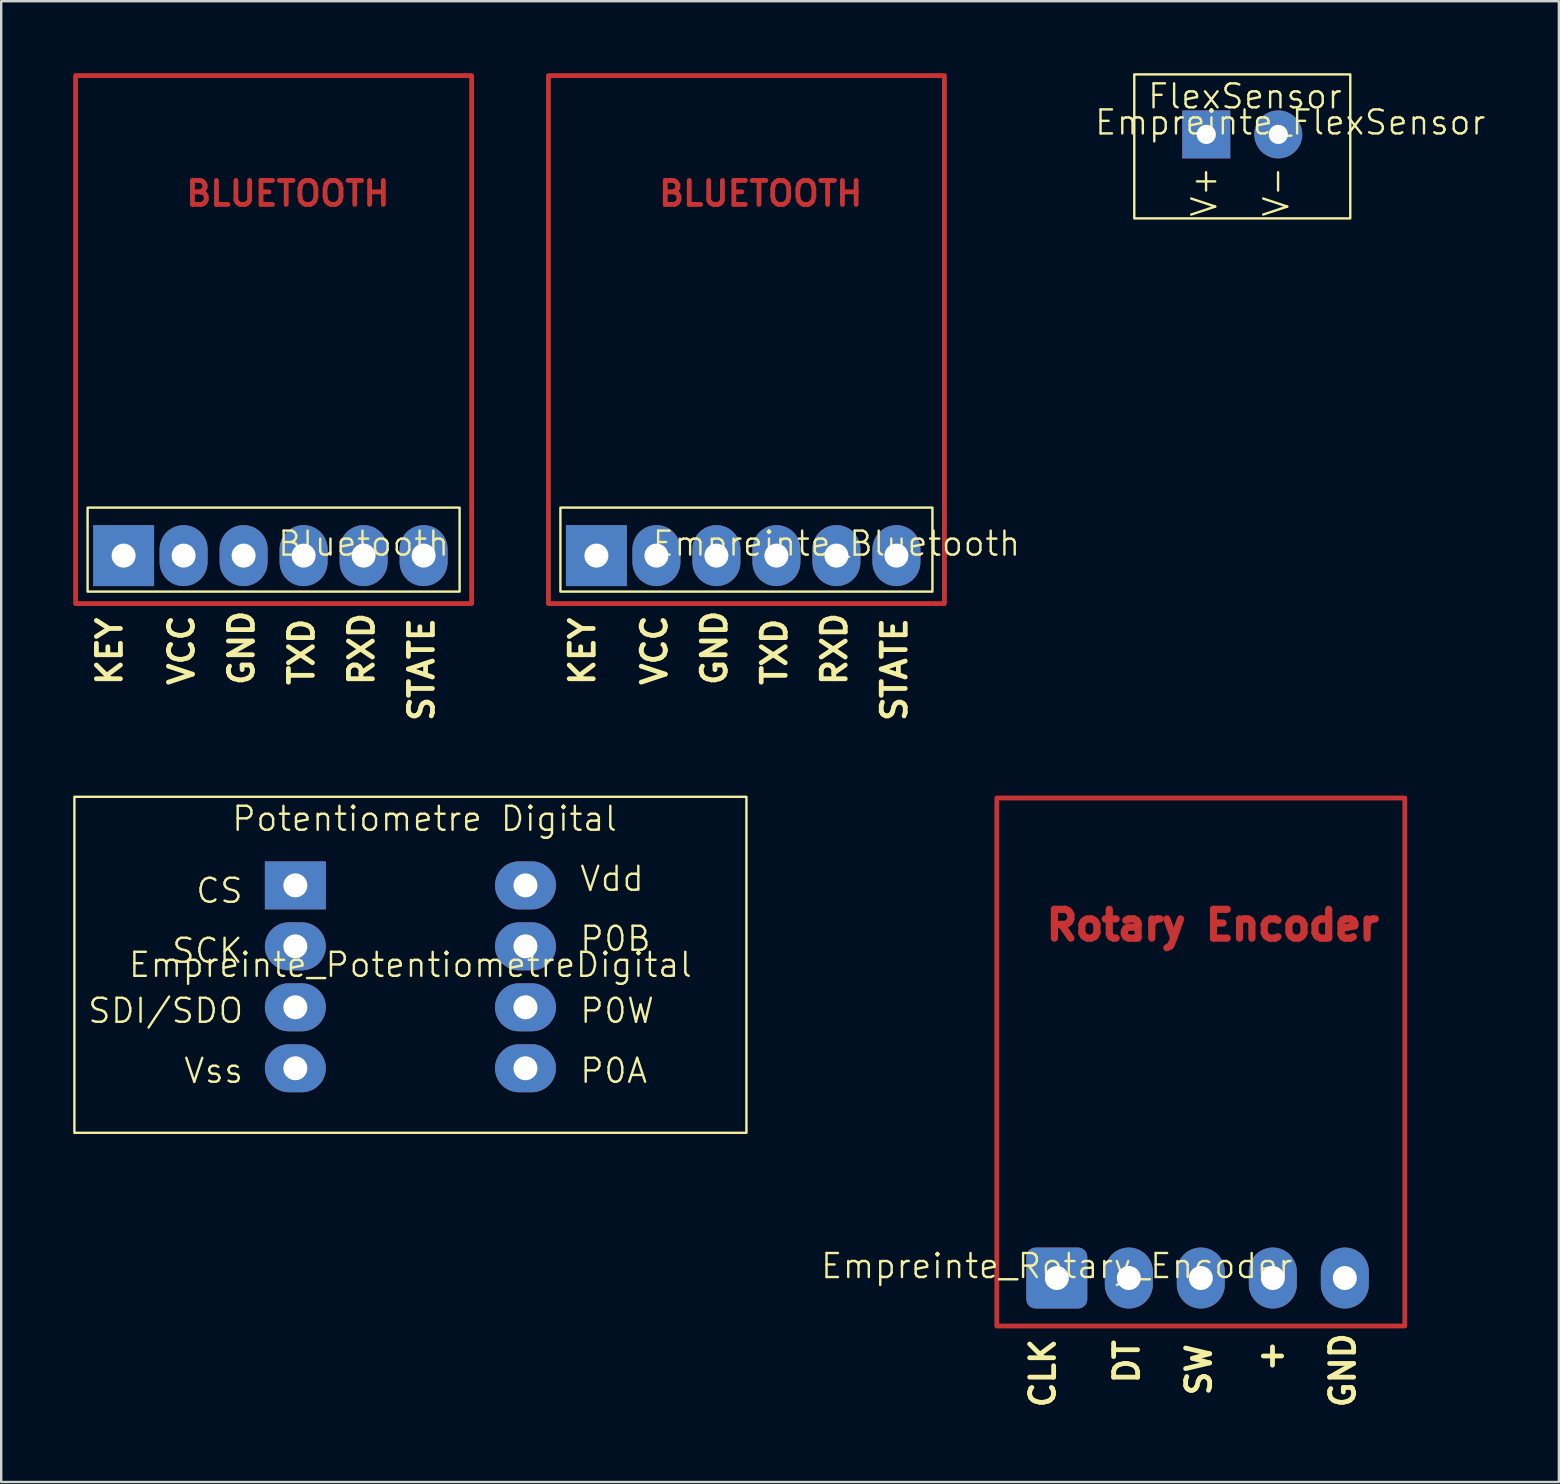
<source format=kicad_pcb>
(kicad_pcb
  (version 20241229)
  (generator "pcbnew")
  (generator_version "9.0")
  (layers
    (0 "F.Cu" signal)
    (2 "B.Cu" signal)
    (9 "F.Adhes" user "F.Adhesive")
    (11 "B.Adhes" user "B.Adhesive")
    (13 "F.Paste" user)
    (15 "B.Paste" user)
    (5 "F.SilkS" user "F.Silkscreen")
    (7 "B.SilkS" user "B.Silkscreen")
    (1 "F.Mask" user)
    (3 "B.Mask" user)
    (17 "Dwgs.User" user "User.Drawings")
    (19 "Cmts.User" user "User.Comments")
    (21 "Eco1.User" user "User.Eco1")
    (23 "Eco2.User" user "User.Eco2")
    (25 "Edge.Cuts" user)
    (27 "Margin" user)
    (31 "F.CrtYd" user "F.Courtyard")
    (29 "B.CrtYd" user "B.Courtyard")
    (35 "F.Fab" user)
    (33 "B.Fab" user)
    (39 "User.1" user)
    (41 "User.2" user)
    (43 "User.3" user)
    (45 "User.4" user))
  (footprint "Bluetooth"
    (layer "F.Cu")
    (at 2.1 20.1)
    (property "Reference" "Bluetooth" (at 10 -0.5 0) (unlocked yes) (layer "F.SilkS") (effects (font (size 1 1) (thickness 0.1))))
    (attr through_hole)
    (fp_rect (start -2 -20) (end 14.5 2) (stroke (width 0.2) (type default)) (fill no) (layer "F.Cu"))
    (fp_rect (start -1.5 -2) (end 14 1.5) (stroke (width 0.1) (type default)) (fill no) (layer "F.SilkS"))
    (fp_text user "BLUETOOTH" (at 2.5 -14.5 0) (unlocked yes) (layer "F.Cu") (effects (font (size 1 1) (thickness 0.2) (bold yes)) (justify left bottom)))
    (fp_text user "STATE" (at 13 7 90) (unlocked yes) (layer "F.SilkS") (effects (font (size 1 1) (thickness 0.2) (bold yes)) (justify left bottom)))
    (fp_text user "TXD" (at 8 5.5 90) (unlocked yes) (layer "F.SilkS") (effects (font (size 1 1) (thickness 0.2) (bold yes)) (justify left bottom)))
    (fp_text user "KEY" (at 0 5.5 90) (unlocked yes) (layer "F.SilkS") (effects (font (size 1 1) (thickness 0.2)) (justify left bottom)))
    (fp_text user "GND" (at 5.5 5.5 90) (unlocked yes) (layer "F.SilkS") (effects (font (size 1 1) (thickness 0.2) (bold yes)) (justify left bottom)))
    (fp_text user "VCC" (at 3 5.5 90) (unlocked yes) (layer "F.SilkS") (effects (font (size 1 1) (thickness 0.2) (bold yes)) (justify left bottom)))
    (fp_text user "RXD" (at 10.5 5.5 90) (unlocked yes) (layer "F.SilkS") (effects (font (size 1 1) (thickness 0.2) (bold yes)) (justify left bottom)))
    (pad "1" thru_hole rect (at 0 0) (size 2.54 2.54) (drill 1) (layers "*.Cu" "*.Mask"))
    (pad "2" thru_hole oval (at 2.5 0) (size 2 2.54) (drill 1) (layers "*.Cu" "*.Mask"))
    (pad "3" thru_hole oval (at 5 0) (size 2 2.54) (drill 1) (layers "*.Cu" "*.Mask"))
    (pad "4" thru_hole oval (at 7.5 0) (size 2 2.54) (drill 1) (layers "*.Cu" "*.Mask"))
    (pad "5" thru_hole oval (at 10 0) (size 2 2.54) (drill 1) (layers "*.Cu" "*.Mask"))
    (pad "6" thru_hole oval (at 12.5 0 180) (size 2 2.54) (drill 1) (layers "*.Cu" "*.Mask")))
  (footprint "Empreinte_Bluetooth"
    (layer "F.Cu")
    (at 21.8 20.1)
    (property "Reference" "Empreinte_Bluetooth" (at 10 -0.5 0) (unlocked yes) (layer "F.SilkS") (effects (font (size 1 1) (thickness 0.1))))
    (attr through_hole)
    (fp_rect (start -2 -20) (end 14.5 2) (stroke (width 0.2) (type default)) (fill no) (layer "F.Cu"))
    (fp_rect (start -1.5 -2) (end 14 1.5) (stroke (width 0.1) (type default)) (fill no) (layer "F.SilkS"))
    (fp_text user "BLUETOOTH" (at 2.5 -14.5 0) (unlocked yes) (layer "F.Cu") (effects (font (size 1 1) (thickness 0.2) (bold yes)) (justify left bottom)))
    (fp_text user "STATE" (at 13 7 90) (unlocked yes) (layer "F.SilkS") (effects (font (size 1 1) (thickness 0.2) (bold yes)) (justify left bottom)))
    (fp_text user "TXD" (at 8 5.5 90) (unlocked yes) (layer "F.SilkS") (effects (font (size 1 1) (thickness 0.2) (bold yes)) (justify left bottom)))
    (fp_text user "GND" (at 5.5 5.5 90) (unlocked yes) (layer "F.SilkS") (effects (font (size 1 1) (thickness 0.2) (bold yes)) (justify left bottom)))
    (fp_text user "VCC" (at 3 5.5 90) (unlocked yes) (layer "F.SilkS") (effects (font (size 1 1) (thickness 0.2) (bold yes)) (justify left bottom)))
    (fp_text user "RXD" (at 10.5 5.5 90) (unlocked yes) (layer "F.SilkS") (effects (font (size 1 1) (thickness 0.2) (bold yes)) (justify left bottom)))
    (fp_text user "KEY" (at 0 5.5 90) (unlocked yes) (layer "F.SilkS") (effects (font (size 1 1) (thickness 0.2)) (justify left bottom)))
    (pad "1" thru_hole rect (at 0 0) (size 2.54 2.54) (drill 1) (layers "*.Cu" "*.Mask"))
    (pad "2" thru_hole oval (at 2.5 0) (size 2 2.54) (drill 1) (layers "*.Cu" "*.Mask"))
    (pad "3" thru_hole oval (at 5 0) (size 2 2.54) (drill 1) (layers "*.Cu" "*.Mask"))
    (pad "4" thru_hole oval (at 7.5 0) (size 2 2.54) (drill 1) (layers "*.Cu" "*.Mask"))
    (pad "5" thru_hole oval (at 10 0) (size 2 2.54) (drill 1) (layers "*.Cu" "*.Mask"))
    (pad "6" thru_hole oval (at 12.5 0 180) (size 2 2.54) (drill 1) (layers "*.Cu" "*.Mask")))
  (footprint "Empreinte_Rotary_Encoder"
    (layer "F.Cu")
    (at 40.983 50.2)
    (property "Reference" "Empreinte_Rotary_Encoder" (at 0 -0.5 0) (unlocked yes) (layer "F.SilkS") (effects (font (size 1 1) (thickness 0.1))))
    (attr through_hole)
    (fp_rect (start -2.5 -20) (end 14.5 2) (stroke (width 0.2) (type default)) (fill no) (layer "F.Cu"))
    (fp_text user "Rotary Encoder" (at 6.5 -14 0) (unlocked yes) (layer "F.Cu") (effects (font (size 1.2 1.2) (thickness 0.3) (bold yes)) (justify bottom)))
    (fp_text user "DT" (at 3.5 4.5 90) (unlocked yes) (layer "F.SilkS") (effects (font (size 1 1) (thickness 0.2) (bold yes)) (justify left bottom)))
    (fp_text user "+" (at 9.5 4 90) (unlocked yes) (layer "F.SilkS") (effects (font (size 1 1) (thickness 0.2) (bold yes)) (justify left bottom)))
    (fp_text user "GND" (at 12.5 5.5 90) (unlocked yes) (layer "F.SilkS") (effects (font (size 1 1) (thickness 0.2) (bold yes)) (justify left bottom)))
    (fp_text user "SW" (at 6.5 5 90) (unlocked yes) (layer "F.SilkS") (effects (font (size 1 1) (thickness 0.2) (bold yes)) (justify left bottom)))
    (fp_text user "CLK" (at 0 5.5 90) (unlocked yes) (layer "F.SilkS") (effects (font (size 1 1) (thickness 0.2) (bold yes)) (justify left bottom)))
    (pad "1" thru_hole roundrect (at 0 0) (size 2.54 2.54) (drill 1) (layers "*.Cu" "*.Mask") (roundrect_rratio 0.15))
    (pad "2" thru_hole oval (at 3 0) (size 2 2.54) (drill 1) (layers "*.Cu" "*.Mask"))
    (pad "3" thru_hole oval (at 6 0) (size 2 2.54) (drill 1) (layers "*.Cu" "*.Mask"))
    (pad "4" thru_hole oval (at 9 0) (size 2 2.54) (drill 1) (layers "*.Cu" "*.Mask"))
    (pad "5" thru_hole oval (at 12 0) (size 2 2.54) (drill 1) (layers "*.Cu" "*.Mask")))
  (footprint "Empreinte_FlexSensor"
    (layer "F.Cu")
    (at 51.71 2.55)
    (property "Reference" "Empreinte_FlexSensor" (at -1 -0.5 0) (unlocked yes) (layer "F.SilkS") (effects (font (size 1 1) (thickness 0.1))))
    (attr smd)
    (fp_rect (start -7.5 -2.5) (end 1.5 3.5) (stroke (width 0.1) (type default)) (fill no) (layer "F.SilkS"))
    (fp_text user "V+" (at -4 3.5 90) (unlocked yes) (layer "F.SilkS") (effects (font (size 1 1) (thickness 0.1)) (justify left bottom)))
    (fp_text user "FlexSensor" (at -7 -1 0) (unlocked yes) (layer "F.SilkS") (effects (font (size 1 1) (thickness 0.1)) (justify left bottom)))
    (fp_text user "V-" (at -1 3.5 90) (unlocked yes) (layer "F.SilkS") (effects (font (size 1 1) (thickness 0.1)) (justify left bottom)))
    (pad "1" thru_hole rect (at -4.5 0) (size 2 2) (drill 0.8) (layers "*.Cu" "*.Mask"))
    (pad "2" thru_hole circle (at -1.5 0) (size 2 2) (drill 0.8) (layers "*.Cu" "*.Mask")))
  (footprint "Empreinte_PotentiometreDigital"
    (layer "F.Cu")
    (at 14.05 37.65)
    (property "Reference" "Empreinte_PotentiometreDigital" (at 0 -0.5 0) (unlocked yes) (layer "F.SilkS") (effects (font (size 1 1) (thickness 0.1))))
    (attr through_hole)
    (fp_rect (start -14 -7.5) (end 14 6.5) (stroke (width 0.1) (type default)) (fill no) (layer "F.SilkS"))
    (fp_text user "SCK" (at -10 -0.5 0) (unlocked yes) (layer "F.SilkS") (effects (font (size 1 1) (thickness 0.1)) (justify left bottom)))
    (fp_text user "SDI/SDO" (at -13.5 2 0) (unlocked yes) (layer "F.SilkS") (effects (font (size 1 1) (thickness 0.1)) (justify left bottom)))
    (fp_text user "P0A" (at 7 4.5 0) (unlocked yes) (layer "F.SilkS") (effects (font (size 1 1) (thickness 0.1)) (justify left bottom)))
    (fp_text user "P0B" (at 7 -1 0) (unlocked yes) (layer "F.SilkS") (effects (font (size 1 1) (thickness 0.1)) (justify left bottom)))
    (fp_text user "Potentiometre Digital" (at -7.5 -6 0) (unlocked yes) (layer "F.SilkS") (effects (font (size 1 1) (thickness 0.1)) (justify left bottom)))
    (fp_text user "CS" (at -9 -3 0) (unlocked yes) (layer "F.SilkS") (effects (font (size 1 1) (thickness 0.1)) (justify left bottom)))
    (fp_text user "Vss" (at -9.5 4.5 0) (unlocked yes) (layer "F.SilkS") (effects (font (size 1 1) (thickness 0.1)) (justify left bottom)))
    (fp_text user "Vdd" (at 7 -3.5 0) (unlocked yes) (layer "F.SilkS") (effects (font (size 1 1) (thickness 0.1)) (justify left bottom)))
    (fp_text user "P0W" (at 7 2 0) (unlocked yes) (layer "F.SilkS") (effects (font (size 1 1) (thickness 0.1)) (justify left bottom)))
    (pad "1" thru_hole rect (at -4.794 -3.81) (size 2.54 2) (drill 1) (layers "*.Cu" "*.Mask"))
    (pad "2" thru_hole oval (at -4.794 -1.27) (size 2.54 2) (drill 1) (layers "*.Cu" "*.Mask"))
    (pad "3" thru_hole oval (at -4.794 1.27) (size 2.54 2) (drill 1) (layers "*.Cu" "*.Mask"))
    (pad "4" thru_hole oval (at -4.794 3.81) (size 2.54 2) (drill 1) (layers "*.Cu" "*.Mask"))
    (pad "5" thru_hole oval (at 4.794 -3.81) (size 2.54 2) (drill 1) (layers "*.Cu" "*.Mask"))
    (pad "6" thru_hole oval (at 4.794 -1.27) (size 2.54 2) (drill 1) (layers "*.Cu" "*.Mask"))
    (pad "7" thru_hole oval (at 4.794 1.27) (size 2.54 2) (drill 1) (layers "*.Cu" "*.Mask"))
    (pad "8" thru_hole oval (at 4.794 3.81) (size 2.54 2) (drill 1) (layers "*.Cu" "*.Mask")))
  (gr_rect
    (start -3 -3)
    (end 61.902 58.7)
    (stroke (width 0.1) (type default))
    (fill no)
    (layer "Edge.Cuts")))
</source>
